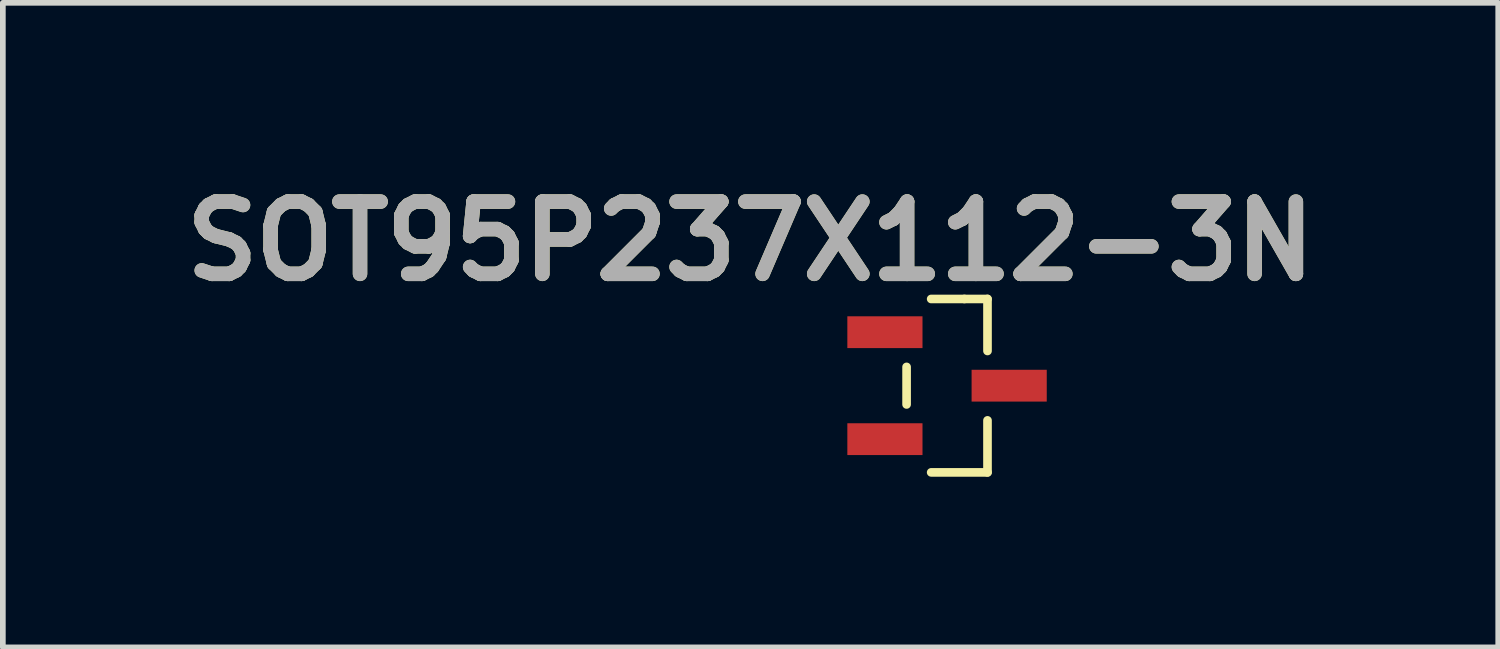
<source format=kicad_pcb>
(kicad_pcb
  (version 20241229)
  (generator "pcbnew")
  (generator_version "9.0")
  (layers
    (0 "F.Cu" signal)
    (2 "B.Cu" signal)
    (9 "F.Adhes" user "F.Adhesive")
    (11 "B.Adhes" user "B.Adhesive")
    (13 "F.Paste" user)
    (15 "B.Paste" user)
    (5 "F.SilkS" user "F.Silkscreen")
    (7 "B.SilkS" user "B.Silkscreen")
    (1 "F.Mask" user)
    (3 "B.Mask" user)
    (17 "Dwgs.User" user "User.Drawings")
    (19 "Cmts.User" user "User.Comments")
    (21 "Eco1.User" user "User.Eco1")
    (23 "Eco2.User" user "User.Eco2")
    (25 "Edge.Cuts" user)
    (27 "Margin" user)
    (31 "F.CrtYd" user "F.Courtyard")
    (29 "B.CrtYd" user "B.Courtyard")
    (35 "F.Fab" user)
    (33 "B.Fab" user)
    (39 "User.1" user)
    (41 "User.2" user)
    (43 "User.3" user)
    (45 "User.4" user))
  (footprint "SOT95P237X112-3N"
    (layer "F.Cu")
    (at 13.596 3.729)
    (property "Reference" "SOT95P237X112-3N" (at -3.454 -2.54 0) (layer "F.SilkS") (effects (font (size 1.27 1.27) (thickness 0.254))))
    (attr smd)
    (fp_line (start -0.711 -0.33) (end -0.711 0.33) (stroke (width 0.152) (type solid)) (layer "F.SilkS"))
    (fp_line (start -0.279 1.524) (end 0.711 1.524) (stroke (width 0.152) (type solid)) (layer "F.SilkS"))
    (fp_line (start 0.305 -1.524) (end -0.279 -1.524) (stroke (width 0.152) (type solid)) (layer "F.SilkS"))
    (fp_line (start 0.711 -1.524) (end 0.305 -1.524) (stroke (width 0.152) (type solid)) (layer "F.SilkS"))
    (fp_line (start 0.711 -0.61) (end 0.711 -1.524) (stroke (width 0.152) (type solid)) (layer "F.SilkS"))
    (fp_line (start 0.711 1.524) (end 0.711 0.61) (stroke (width 0.152) (type solid)) (layer "F.SilkS"))
    (fp_text user "${REFERENCE}" (at -3.454 -2.54 0) (layer "F.Fab") (effects (font (size 1.27 1.27) (thickness 0.254))))
    (pad "1" smd rect (at -1.092 -0.94 90) (size 0.559 1.321) (layers "F.Cu" "F.Mask" "F.Paste"))
    (pad "2" smd rect (at -1.092 0.94 90) (size 0.559 1.321) (layers "F.Cu" "F.Mask" "F.Paste"))
    (pad "3" smd rect (at 1.092 0 90) (size 0.559 1.321) (layers "F.Cu" "F.Mask" "F.Paste")))
  (gr_rect
    (start -3 -3)
    (end 23.284 8.329)
    (stroke (width 0.1) (type default))
    (fill no)
    (layer "Edge.Cuts")))
</source>
